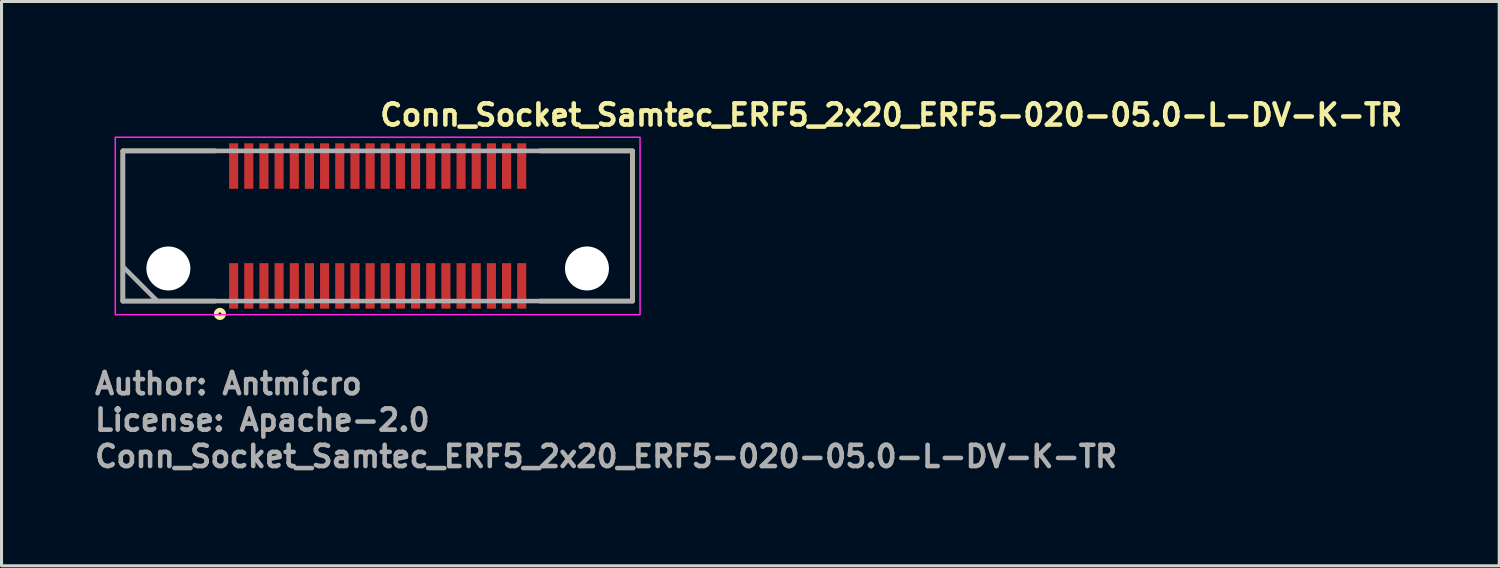
<source format=kicad_pcb>
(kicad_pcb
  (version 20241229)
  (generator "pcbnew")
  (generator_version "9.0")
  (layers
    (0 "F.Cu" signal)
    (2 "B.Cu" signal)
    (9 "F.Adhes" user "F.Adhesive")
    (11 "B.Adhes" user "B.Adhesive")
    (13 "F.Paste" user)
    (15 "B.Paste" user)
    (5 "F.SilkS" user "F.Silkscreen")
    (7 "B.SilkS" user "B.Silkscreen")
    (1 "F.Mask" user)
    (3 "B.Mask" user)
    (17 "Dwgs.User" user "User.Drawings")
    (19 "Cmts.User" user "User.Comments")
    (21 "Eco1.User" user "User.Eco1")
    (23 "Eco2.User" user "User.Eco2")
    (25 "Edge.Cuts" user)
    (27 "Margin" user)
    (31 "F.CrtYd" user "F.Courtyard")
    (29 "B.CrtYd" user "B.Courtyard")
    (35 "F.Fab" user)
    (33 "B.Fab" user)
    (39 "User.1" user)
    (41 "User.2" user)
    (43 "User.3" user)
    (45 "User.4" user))
  (footprint "Conn_Socket_Samtec_ERF5_2x20_ERF5-020-05.0-L-DV-K-TR"
    (layer "F.Cu")
    (at 9.401 4.4)
    (property "Reference" "Conn_Socket_Samtec_ERF5_2x20_ERF5-020-05.0-L-DV-K-TR" (at 0 -3.25 0) (layer "F.SilkS") (effects (font (size 0.7 0.7) (thickness 0.15)) (justify left bottom)))
    (attr smd)
    (fp_line (start -8.4 -2.475) (end -5.349 -2.475) (stroke (width 0.15) (type solid)) (layer "F.SilkS"))
    (fp_line (start -8.4 2.476) (end -8.4 -2.475) (stroke (width 0.15) (type solid)) (layer "F.SilkS"))
    (fp_line (start -5.349 2.476) (end -8.4 2.476) (stroke (width 0.15) (type solid)) (layer "F.SilkS"))
    (fp_line (start 5.351 -2.475) (end 8.401 -2.475) (stroke (width 0.15) (type solid)) (layer "F.SilkS"))
    (fp_line (start 8.401 -2.475) (end 8.401 2.476) (stroke (width 0.15) (type solid)) (layer "F.SilkS"))
    (fp_line (start 8.401 2.476) (end 5.351 2.476) (stroke (width 0.15) (type solid)) (layer "F.SilkS"))
    (fp_circle (center -5.2 2.9) (end -5.25 2.9) (stroke (width 0.15) (type solid)) (fill no) (layer "F.SilkS"))
    (fp_poly (pts (xy -4.623 -1.225) (xy -4.876 -1.225) (xy -4.876 -2.725) (xy -4.623 -2.725)) (stroke (width 0.01) (type solid)) (fill yes) (layer "F.Paste"))
    (fp_poly (pts (xy -4.623 2.726) (xy -4.876 2.726) (xy -4.876 1.226) (xy -4.623 1.226)) (stroke (width 0.01) (type solid)) (fill yes) (layer "F.Paste"))
    (fp_poly (pts (xy -4.123 -1.225) (xy -4.376 -1.225) (xy -4.376 -2.725) (xy -4.123 -2.725)) (stroke (width 0.01) (type solid)) (fill yes) (layer "F.Paste"))
    (fp_poly (pts (xy -4.123 2.726) (xy -4.376 2.726) (xy -4.376 1.226) (xy -4.123 1.226)) (stroke (width 0.01) (type solid)) (fill yes) (layer "F.Paste"))
    (fp_poly (pts (xy -3.623 -1.225) (xy -3.875 -1.225) (xy -3.875 -2.725) (xy -3.623 -2.725)) (stroke (width 0.01) (type solid)) (fill yes) (layer "F.Paste"))
    (fp_poly (pts (xy -3.623 2.726) (xy -3.875 2.726) (xy -3.875 1.226) (xy -3.623 1.226)) (stroke (width 0.01) (type solid)) (fill yes) (layer "F.Paste"))
    (fp_poly (pts (xy -3.123 -1.225) (xy -3.375 -1.225) (xy -3.375 -2.725) (xy -3.123 -2.725)) (stroke (width 0.01) (type solid)) (fill yes) (layer "F.Paste"))
    (fp_poly (pts (xy -3.123 2.726) (xy -3.375 2.726) (xy -3.375 1.226) (xy -3.123 1.226)) (stroke (width 0.01) (type solid)) (fill yes) (layer "F.Paste"))
    (fp_poly (pts (xy -2.623 -1.225) (xy -2.875 -1.225) (xy -2.875 -2.725) (xy -2.623 -2.725)) (stroke (width 0.01) (type solid)) (fill yes) (layer "F.Paste"))
    (fp_poly (pts (xy -2.623 2.726) (xy -2.875 2.726) (xy -2.875 1.226) (xy -2.623 1.226)) (stroke (width 0.01) (type solid)) (fill yes) (layer "F.Paste"))
    (fp_poly (pts (xy -2.123 -1.225) (xy -2.375 -1.225) (xy -2.375 -2.725) (xy -2.123 -2.725)) (stroke (width 0.01) (type solid)) (fill yes) (layer "F.Paste"))
    (fp_poly (pts (xy -2.123 2.726) (xy -2.375 2.726) (xy -2.375 1.226) (xy -2.123 1.226)) (stroke (width 0.01) (type solid)) (fill yes) (layer "F.Paste"))
    (fp_poly (pts (xy -1.622 -1.225) (xy -1.876 -1.225) (xy -1.876 -2.725) (xy -1.622 -2.725)) (stroke (width 0.01) (type solid)) (fill yes) (layer "F.Paste"))
    (fp_poly (pts (xy -1.622 2.726) (xy -1.876 2.726) (xy -1.876 1.226) (xy -1.622 1.226)) (stroke (width 0.01) (type solid)) (fill yes) (layer "F.Paste"))
    (fp_poly (pts (xy -1.122 -1.225) (xy -1.376 -1.225) (xy -1.376 -2.725) (xy -1.122 -2.725)) (stroke (width 0.01) (type solid)) (fill yes) (layer "F.Paste"))
    (fp_poly (pts (xy -1.122 2.726) (xy -1.376 2.726) (xy -1.376 1.226) (xy -1.122 1.226)) (stroke (width 0.01) (type solid)) (fill yes) (layer "F.Paste"))
    (fp_poly (pts (xy -0.621 -1.225) (xy -0.875 -1.225) (xy -0.875 -2.725) (xy -0.621 -2.725)) (stroke (width 0.01) (type solid)) (fill yes) (layer "F.Paste"))
    (fp_poly (pts (xy -0.621 2.726) (xy -0.875 2.726) (xy -0.875 1.226) (xy -0.621 1.226)) (stroke (width 0.01) (type solid)) (fill yes) (layer "F.Paste"))
    (fp_poly (pts (xy -0.121 -1.225) (xy -0.375 -1.225) (xy -0.375 -2.725) (xy -0.121 -2.725)) (stroke (width 0.01) (type solid)) (fill yes) (layer "F.Paste"))
    (fp_poly (pts (xy -0.121 2.726) (xy -0.375 2.726) (xy -0.375 1.226) (xy -0.121 1.226)) (stroke (width 0.01) (type solid)) (fill yes) (layer "F.Paste"))
    (fp_poly (pts (xy 0.377 -1.225) (xy 0.123 -1.225) (xy 0.123 -2.725) (xy 0.377 -2.725)) (stroke (width 0.01) (type solid)) (fill yes) (layer "F.Paste"))
    (fp_poly (pts (xy 0.377 2.726) (xy 0.123 2.726) (xy 0.123 1.226) (xy 0.377 1.226)) (stroke (width 0.01) (type solid)) (fill yes) (layer "F.Paste"))
    (fp_poly (pts (xy 0.877 -1.225) (xy 0.623 -1.225) (xy 0.623 -2.725) (xy 0.877 -2.725)) (stroke (width 0.01) (type solid)) (fill yes) (layer "F.Paste"))
    (fp_poly (pts (xy 0.877 2.726) (xy 0.623 2.726) (xy 0.623 1.226) (xy 0.877 1.226)) (stroke (width 0.01) (type solid)) (fill yes) (layer "F.Paste"))
    (fp_poly (pts (xy 1.377 -1.225) (xy 1.123 -1.225) (xy 1.123 -2.725) (xy 1.377 -2.725)) (stroke (width 0.01) (type solid)) (fill yes) (layer "F.Paste"))
    (fp_poly (pts (xy 1.377 2.726) (xy 1.123 2.726) (xy 1.123 1.226) (xy 1.377 1.226)) (stroke (width 0.01) (type solid)) (fill yes) (layer "F.Paste"))
    (fp_poly (pts (xy 1.877 -1.225) (xy 1.623 -1.225) (xy 1.623 -2.725) (xy 1.877 -2.725)) (stroke (width 0.01) (type solid)) (fill yes) (layer "F.Paste"))
    (fp_poly (pts (xy 1.877 2.726) (xy 1.623 2.726) (xy 1.623 1.226) (xy 1.877 1.226)) (stroke (width 0.01) (type solid)) (fill yes) (layer "F.Paste"))
    (fp_poly (pts (xy 2.378 -1.225) (xy 2.125 -1.225) (xy 2.125 -2.725) (xy 2.378 -2.725)) (stroke (width 0.01) (type solid)) (fill yes) (layer "F.Paste"))
    (fp_poly (pts (xy 2.378 2.726) (xy 2.125 2.726) (xy 2.125 1.226) (xy 2.378 1.226)) (stroke (width 0.01) (type solid)) (fill yes) (layer "F.Paste"))
    (fp_poly (pts (xy 2.878 -1.225) (xy 2.625 -1.225) (xy 2.625 -2.725) (xy 2.878 -2.725)) (stroke (width 0.01) (type solid)) (fill yes) (layer "F.Paste"))
    (fp_poly (pts (xy 2.878 2.726) (xy 2.625 2.726) (xy 2.625 1.226) (xy 2.878 1.226)) (stroke (width 0.01) (type solid)) (fill yes) (layer "F.Paste"))
    (fp_poly (pts (xy 3.378 -1.225) (xy 3.125 -1.225) (xy 3.125 -2.725) (xy 3.378 -2.725)) (stroke (width 0.01) (type solid)) (fill yes) (layer "F.Paste"))
    (fp_poly (pts (xy 3.378 2.726) (xy 3.125 2.726) (xy 3.125 1.226) (xy 3.378 1.226)) (stroke (width 0.01) (type solid)) (fill yes) (layer "F.Paste"))
    (fp_poly (pts (xy 3.878 -1.225) (xy 3.625 -1.225) (xy 3.625 -2.725) (xy 3.878 -2.725)) (stroke (width 0.01) (type solid)) (fill yes) (layer "F.Paste"))
    (fp_poly (pts (xy 3.878 2.726) (xy 3.625 2.726) (xy 3.625 1.226) (xy 3.878 1.226)) (stroke (width 0.01) (type solid)) (fill yes) (layer "F.Paste"))
    (fp_poly (pts (xy 4.377 -1.225) (xy 4.124 -1.225) (xy 4.124 -2.725) (xy 4.377 -2.725)) (stroke (width 0.01) (type solid)) (fill yes) (layer "F.Paste"))
    (fp_poly (pts (xy 4.377 2.726) (xy 4.124 2.726) (xy 4.124 1.226) (xy 4.377 1.226)) (stroke (width 0.01) (type solid)) (fill yes) (layer "F.Paste"))
    (fp_poly (pts (xy 4.877 -1.225) (xy 4.624 -1.225) (xy 4.624 -2.725) (xy 4.877 -2.725)) (stroke (width 0.01) (type solid)) (fill yes) (layer "F.Paste"))
    (fp_poly (pts (xy 4.877 2.726) (xy 4.624 2.726) (xy 4.624 1.226) (xy 4.877 1.226)) (stroke (width 0.01) (type solid)) (fill yes) (layer "F.Paste"))
    (fp_rect (start 8.651 2.926) (end -8.65 -2.925) (stroke (width 0.05) (type solid)) (fill no) (layer "F.CrtYd"))
    (fp_line (start -8.39 1.35) (end -7.27 2.47) (stroke (width 0.15) (type solid)) (layer "F.Fab"))
    (fp_rect (start 8.401 2.476) (end -8.4 -2.475) (stroke (width 0.15) (type solid)) (fill no) (layer "F.Fab"))
    (fp_rect (start 8.401 2.476) (end -8.4 -2.475) (stroke (width 0.1) (type solid)) (fill no) (layer "User.5"))
    (fp_line (start -8.4 -2.374) (end -8.4 -2.475) (stroke (width 0.02) (type solid)) (layer "User.9"))
    (fp_line (start -8.4 -2.374) (end -8.4 1.226) (stroke (width 0.02) (type solid)) (layer "User.9"))
    (fp_line (start -8.4 1.226) (end -7.249 2.375) (stroke (width 0.02) (type solid)) (layer "User.9"))
    (fp_line (start -7.559 -0.905) (end -7.559 0.907) (stroke (width 0.02) (type solid)) (layer "User.9"))
    (fp_line (start -7.559 0.907) (end -7.059 1.405) (stroke (width 0.02) (type solid)) (layer "User.9"))
    (fp_line (start -7.249 2.375) (end -7.15 2.476) (stroke (width 0.02) (type solid)) (layer "User.9"))
    (fp_line (start -7.249 2.375) (end -5.259 2.375) (stroke (width 0.02) (type solid)) (layer "User.9"))
    (fp_line (start -7.15 2.476) (end 8.401 2.476) (stroke (width 0.02) (type solid)) (layer "User.9"))
    (fp_line (start -7.059 -1.404) (end -7.559 -0.905) (stroke (width 0.02) (type solid)) (layer "User.9"))
    (fp_line (start -7.059 1.405) (end -4.825 1.405) (stroke (width 0.02) (type solid)) (layer "User.9"))
    (fp_line (start -5.259 2.255) (end -5.259 2.375) (stroke (width 0.02) (type solid)) (layer "User.9"))
    (fp_line (start -5.209 1.405) (end -5.209 -1.404) (stroke (width 0.02) (type solid)) (layer "User.9"))
    (fp_line (start -4.825 -2.167) (end -4.825 -1.404) (stroke (width 0.02) (type solid)) (layer "User.9"))
    (fp_line (start -4.825 -1.404) (end -7.059 -1.404) (stroke (width 0.02) (type solid)) (layer "User.9"))
    (fp_line (start -4.825 -1.404) (end -4.825 -0.944) (stroke (width 0.02) (type solid)) (layer "User.9"))
    (fp_line (start -4.825 0.946) (end -4.825 1.405) (stroke (width 0.02) (type solid)) (layer "User.9"))
    (fp_line (start -4.825 1.405) (end -4.825 2.169) (stroke (width 0.02) (type solid)) (layer "User.9"))
    (fp_line (start -4.748 2.255) (end -4.748 2.375) (stroke (width 0.02) (type solid)) (layer "User.9"))
    (fp_line (start -4.748 2.375) (end -5.259 2.375) (stroke (width 0.02) (type solid)) (layer "User.9"))
    (fp_line (start -4.674 -2.167) (end -4.825 -2.167) (stroke (width 0.02) (type solid)) (layer "User.9"))
    (fp_line (start -4.674 -2.167) (end -4.674 -1.404) (stroke (width 0.02) (type solid)) (layer "User.9"))
    (fp_line (start -4.674 -1.904) (end -4.825 -1.904) (stroke (width 0.02) (type solid)) (layer "User.9"))
    (fp_line (start -4.674 -1.691) (end -4.825 -1.691) (stroke (width 0.02) (type solid)) (layer "User.9"))
    (fp_line (start -4.674 -1.604) (end -4.825 -1.604) (stroke (width 0.02) (type solid)) (layer "User.9"))
    (fp_line (start -4.674 -0.944) (end -4.825 -0.944) (stroke (width 0.02) (type solid)) (layer "User.9"))
    (fp_line (start -4.674 -0.944) (end -4.674 -1.404) (stroke (width 0.02) (type solid)) (layer "User.9"))
    (fp_line (start -4.674 0.946) (end -4.825 0.946) (stroke (width 0.02) (type solid)) (layer "User.9"))
    (fp_line (start -4.674 0.946) (end -4.674 1.405) (stroke (width 0.02) (type solid)) (layer "User.9"))
    (fp_line (start -4.674 1.405) (end -4.674 2.169) (stroke (width 0.02) (type solid)) (layer "User.9"))
    (fp_line (start -4.674 1.405) (end -4.325 1.405) (stroke (width 0.02) (type solid)) (layer "User.9"))
    (fp_line (start -4.674 1.605) (end -4.825 1.605) (stroke (width 0.02) (type solid)) (layer "User.9"))
    (fp_line (start -4.674 1.692) (end -4.825 1.692) (stroke (width 0.02) (type solid)) (layer "User.9"))
    (fp_line (start -4.674 1.905) (end -4.825 1.905) (stroke (width 0.02) (type solid)) (layer "User.9"))
    (fp_line (start -4.674 2.169) (end -4.825 2.169) (stroke (width 0.02) (type solid)) (layer "User.9"))
    (fp_line (start -4.325 -2.167) (end -4.325 -1.404) (stroke (width 0.02) (type solid)) (layer "User.9"))
    (fp_line (start -4.325 -1.404) (end -4.674 -1.404) (stroke (width 0.02) (type solid)) (layer "User.9"))
    (fp_line (start -4.325 -1.404) (end -4.325 -0.944) (stroke (width 0.02) (type solid)) (layer "User.9"))
    (fp_line (start -4.325 1.405) (end -4.325 0.946) (stroke (width 0.02) (type solid)) (layer "User.9"))
    (fp_line (start -4.325 1.405) (end -4.325 2.169) (stroke (width 0.02) (type solid)) (layer "User.9"))
    (fp_line (start -4.238 2.255) (end -5.259 2.255) (stroke (width 0.02) (type solid)) (layer "User.9"))
    (fp_line (start -4.238 2.255) (end -4.238 2.375) (stroke (width 0.02) (type solid)) (layer "User.9"))
    (fp_line (start -4.238 2.375) (end -4.748 2.375) (stroke (width 0.02) (type solid)) (layer "User.9"))
    (fp_line (start -4.238 2.375) (end 8.401 2.375) (stroke (width 0.02) (type solid)) (layer "User.9"))
    (fp_line (start -4.174 -2.167) (end -4.325 -2.167) (stroke (width 0.02) (type solid)) (layer "User.9"))
    (fp_line (start -4.174 -2.167) (end -4.174 -1.404) (stroke (width 0.02) (type solid)) (layer "User.9"))
    (fp_line (start -4.174 -1.904) (end -4.325 -1.904) (stroke (width 0.02) (type solid)) (layer "User.9"))
    (fp_line (start -4.174 -1.691) (end -4.325 -1.691) (stroke (width 0.02) (type solid)) (layer "User.9"))
    (fp_line (start -4.174 -1.604) (end -4.325 -1.604) (stroke (width 0.02) (type solid)) (layer "User.9"))
    (fp_line (start -4.174 -0.944) (end -4.325 -0.944) (stroke (width 0.02) (type solid)) (layer "User.9"))
    (fp_line (start -4.174 -0.944) (end -4.174 -1.404) (stroke (width 0.02) (type solid)) (layer "User.9"))
    (fp_line (start -4.174 0.946) (end -4.325 0.946) (stroke (width 0.02) (type solid)) (layer "User.9"))
    (fp_line (start -4.174 0.946) (end -4.174 1.405) (stroke (width 0.02) (type solid)) (layer "User.9"))
    (fp_line (start -4.174 1.405) (end -4.174 2.169) (stroke (width 0.02) (type solid)) (layer "User.9"))
    (fp_line (start -4.174 1.405) (end -3.825 1.405) (stroke (width 0.02) (type solid)) (layer "User.9"))
    (fp_line (start -4.174 1.605) (end -4.325 1.605) (stroke (width 0.02) (type solid)) (layer "User.9"))
    (fp_line (start -4.174 1.692) (end -4.325 1.692) (stroke (width 0.02) (type solid)) (layer "User.9"))
    (fp_line (start -4.174 1.905) (end -4.325 1.905) (stroke (width 0.02) (type solid)) (layer "User.9"))
    (fp_line (start -4.174 2.169) (end -4.325 2.169) (stroke (width 0.02) (type solid)) (layer "User.9"))
    (fp_line (start -3.825 -2.167) (end -3.825 -1.404) (stroke (width 0.02) (type solid)) (layer "User.9"))
    (fp_line (start -3.825 -1.404) (end -4.174 -1.404) (stroke (width 0.02) (type solid)) (layer "User.9"))
    (fp_line (start -3.825 -1.404) (end -3.825 -0.944) (stroke (width 0.02) (type solid)) (layer "User.9"))
    (fp_line (start -3.825 1.405) (end -3.825 0.946) (stroke (width 0.02) (type solid)) (layer "User.9"))
    (fp_line (start -3.825 1.405) (end -3.825 2.169) (stroke (width 0.02) (type solid)) (layer "User.9"))
    (fp_line (start -3.673 -2.167) (end -3.825 -2.167) (stroke (width 0.02) (type solid)) (layer "User.9"))
    (fp_line (start -3.673 -2.167) (end -3.673 -1.404) (stroke (width 0.02) (type solid)) (layer "User.9"))
    (fp_line (start -3.673 -1.904) (end -3.825 -1.904) (stroke (width 0.02) (type solid)) (layer "User.9"))
    (fp_line (start -3.673 -1.691) (end -3.825 -1.691) (stroke (width 0.02) (type solid)) (layer "User.9"))
    (fp_line (start -3.673 -1.604) (end -3.825 -1.604) (stroke (width 0.02) (type solid)) (layer "User.9"))
    (fp_line (start -3.673 -0.944) (end -3.825 -0.944) (stroke (width 0.02) (type solid)) (layer "User.9"))
    (fp_line (start -3.673 -0.944) (end -3.673 -1.404) (stroke (width 0.02) (type solid)) (layer "User.9"))
    (fp_line (start -3.673 0.946) (end -3.825 0.946) (stroke (width 0.02) (type solid)) (layer "User.9"))
    (fp_line (start -3.673 0.946) (end -3.673 1.405) (stroke (width 0.02) (type solid)) (layer "User.9"))
    (fp_line (start -3.673 1.405) (end -3.673 2.169) (stroke (width 0.02) (type solid)) (layer "User.9"))
    (fp_line (start -3.673 1.405) (end -3.325 1.405) (stroke (width 0.02) (type solid)) (layer "User.9"))
    (fp_line (start -3.673 1.605) (end -3.825 1.605) (stroke (width 0.02) (type solid)) (layer "User.9"))
    (fp_line (start -3.673 1.692) (end -3.825 1.692) (stroke (width 0.02) (type solid)) (layer "User.9"))
    (fp_line (start -3.673 1.905) (end -3.825 1.905) (stroke (width 0.02) (type solid)) (layer "User.9"))
    (fp_line (start -3.673 2.169) (end -3.825 2.169) (stroke (width 0.02) (type solid)) (layer "User.9"))
    (fp_line (start -3.325 -2.167) (end -3.325 -1.404) (stroke (width 0.02) (type solid)) (layer "User.9"))
    (fp_line (start -3.325 -1.404) (end -3.673 -1.404) (stroke (width 0.02) (type solid)) (layer "User.9"))
    (fp_line (start -3.325 -1.404) (end -3.325 -0.944) (stroke (width 0.02) (type solid)) (layer "User.9"))
    (fp_line (start -3.325 1.405) (end -3.325 0.946) (stroke (width 0.02) (type solid)) (layer "User.9"))
    (fp_line (start -3.325 1.405) (end -3.325 2.169) (stroke (width 0.02) (type solid)) (layer "User.9"))
    (fp_line (start -3.173 -2.167) (end -3.325 -2.167) (stroke (width 0.02) (type solid)) (layer "User.9"))
    (fp_line (start -3.173 -2.167) (end -3.173 -1.404) (stroke (width 0.02) (type solid)) (layer "User.9"))
    (fp_line (start -3.173 -1.904) (end -3.325 -1.904) (stroke (width 0.02) (type solid)) (layer "User.9"))
    (fp_line (start -3.173 -1.691) (end -3.325 -1.691) (stroke (width 0.02) (type solid)) (layer "User.9"))
    (fp_line (start -3.173 -1.604) (end -3.325 -1.604) (stroke (width 0.02) (type solid)) (layer "User.9"))
    (fp_line (start -3.173 -0.944) (end -3.325 -0.944) (stroke (width 0.02) (type solid)) (layer "User.9"))
    (fp_line (start -3.173 -0.944) (end -3.173 -1.404) (stroke (width 0.02) (type solid)) (layer "User.9"))
    (fp_line (start -3.173 0.946) (end -3.325 0.946) (stroke (width 0.02) (type solid)) (layer "User.9"))
    (fp_line (start -3.173 0.946) (end -3.173 1.405) (stroke (width 0.02) (type solid)) (layer "User.9"))
    (fp_line (start -3.173 1.405) (end -3.173 2.169) (stroke (width 0.02) (type solid)) (layer "User.9"))
    (fp_line (start -3.173 1.405) (end -2.825 1.405) (stroke (width 0.02) (type solid)) (layer "User.9"))
    (fp_line (start -3.173 1.605) (end -3.325 1.605) (stroke (width 0.02) (type solid)) (layer "User.9"))
    (fp_line (start -3.173 1.692) (end -3.325 1.692) (stroke (width 0.02) (type solid)) (layer "User.9"))
    (fp_line (start -3.173 1.905) (end -3.325 1.905) (stroke (width 0.02) (type solid)) (layer "User.9"))
    (fp_line (start -3.173 2.169) (end -3.325 2.169) (stroke (width 0.02) (type solid)) (layer "User.9"))
    (fp_line (start -2.825 -2.167) (end -2.825 -1.404) (stroke (width 0.02) (type solid)) (layer "User.9"))
    (fp_line (start -2.825 -1.404) (end -3.173 -1.404) (stroke (width 0.02) (type solid)) (layer "User.9"))
    (fp_line (start -2.825 -1.404) (end -2.825 -0.944) (stroke (width 0.02) (type solid)) (layer "User.9"))
    (fp_line (start -2.825 1.405) (end -2.825 0.946) (stroke (width 0.02) (type solid)) (layer "User.9"))
    (fp_line (start -2.825 1.405) (end -2.825 2.169) (stroke (width 0.02) (type solid)) (layer "User.9"))
    (fp_line (start -2.673 -2.167) (end -2.825 -2.167) (stroke (width 0.02) (type solid)) (layer "User.9"))
    (fp_line (start -2.673 -2.167) (end -2.673 -1.404) (stroke (width 0.02) (type solid)) (layer "User.9"))
    (fp_line (start -2.673 -1.904) (end -2.825 -1.904) (stroke (width 0.02) (type solid)) (layer "User.9"))
    (fp_line (start -2.673 -1.691) (end -2.825 -1.691) (stroke (width 0.02) (type solid)) (layer "User.9"))
    (fp_line (start -2.673 -1.604) (end -2.825 -1.604) (stroke (width 0.02) (type solid)) (layer "User.9"))
    (fp_line (start -2.673 -0.944) (end -2.825 -0.944) (stroke (width 0.02) (type solid)) (layer "User.9"))
    (fp_line (start -2.673 -0.944) (end -2.673 -1.404) (stroke (width 0.02) (type solid)) (layer "User.9"))
    (fp_line (start -2.673 0.946) (end -2.825 0.946) (stroke (width 0.02) (type solid)) (layer "User.9"))
    (fp_line (start -2.673 0.946) (end -2.673 1.405) (stroke (width 0.02) (type solid)) (layer "User.9"))
    (fp_line (start -2.673 1.405) (end -2.673 2.169) (stroke (width 0.02) (type solid)) (layer "User.9"))
    (fp_line (start -2.673 1.405) (end -2.325 1.405) (stroke (width 0.02) (type solid)) (layer "User.9"))
    (fp_line (start -2.673 1.605) (end -2.825 1.605) (stroke (width 0.02) (type solid)) (layer "User.9"))
    (fp_line (start -2.673 1.692) (end -2.825 1.692) (stroke (width 0.02) (type solid)) (layer "User.9"))
    (fp_line (start -2.673 1.905) (end -2.825 1.905) (stroke (width 0.02) (type solid)) (layer "User.9"))
    (fp_line (start -2.673 2.169) (end -2.825 2.169) (stroke (width 0.02) (type solid)) (layer "User.9"))
    (fp_line (start -2.325 -2.167) (end -2.325 -1.404) (stroke (width 0.02) (type solid)) (layer "User.9"))
    (fp_line (start -2.325 -1.404) (end -2.673 -1.404) (stroke (width 0.02) (type solid)) (layer "User.9"))
    (fp_line (start -2.325 -1.404) (end -2.325 -0.944) (stroke (width 0.02) (type solid)) (layer "User.9"))
    (fp_line (start -2.325 1.405) (end -2.325 0.946) (stroke (width 0.02) (type solid)) (layer "User.9"))
    (fp_line (start -2.325 1.405) (end -2.325 2.169) (stroke (width 0.02) (type solid)) (layer "User.9"))
    (fp_line (start -2.173 -2.167) (end -2.325 -2.167) (stroke (width 0.02) (type solid)) (layer "User.9"))
    (fp_line (start -2.173 -2.167) (end -2.173 -1.404) (stroke (width 0.02) (type solid)) (layer "User.9"))
    (fp_line (start -2.173 -1.904) (end -2.325 -1.904) (stroke (width 0.02) (type solid)) (layer "User.9"))
    (fp_line (start -2.173 -1.691) (end -2.325 -1.691) (stroke (width 0.02) (type solid)) (layer "User.9"))
    (fp_line (start -2.173 -1.604) (end -2.325 -1.604) (stroke (width 0.02) (type solid)) (layer "User.9"))
    (fp_line (start -2.173 -0.944) (end -2.325 -0.944) (stroke (width 0.02) (type solid)) (layer "User.9"))
    (fp_line (start -2.173 -0.944) (end -2.173 -1.404) (stroke (width 0.02) (type solid)) (layer "User.9"))
    (fp_line (start -2.173 0.946) (end -2.325 0.946) (stroke (width 0.02) (type solid)) (layer "User.9"))
    (fp_line (start -2.173 0.946) (end -2.173 1.405) (stroke (width 0.02) (type solid)) (layer "User.9"))
    (fp_line (start -2.173 1.405) (end -2.173 2.169) (stroke (width 0.02) (type solid)) (layer "User.9"))
    (fp_line (start -2.173 1.405) (end -1.824 1.405) (stroke (width 0.02) (type solid)) (layer "User.9"))
    (fp_line (start -2.173 1.605) (end -2.325 1.605) (stroke (width 0.02) (type solid)) (layer "User.9"))
    (fp_line (start -2.173 1.692) (end -2.325 1.692) (stroke (width 0.02) (type solid)) (layer "User.9"))
    (fp_line (start -2.173 1.905) (end -2.325 1.905) (stroke (width 0.02) (type solid)) (layer "User.9"))
    (fp_line (start -2.173 2.169) (end -2.325 2.169) (stroke (width 0.02) (type solid)) (layer "User.9"))
    (fp_line (start -1.824 -2.167) (end -1.824 -1.404) (stroke (width 0.02) (type solid)) (layer "User.9"))
    (fp_line (start -1.824 -1.404) (end -2.173 -1.404) (stroke (width 0.02) (type solid)) (layer "User.9"))
    (fp_line (start -1.824 -1.404) (end -1.824 -0.944) (stroke (width 0.02) (type solid)) (layer "User.9"))
    (fp_line (start -1.824 1.405) (end -1.824 0.946) (stroke (width 0.02) (type solid)) (layer "User.9"))
    (fp_line (start -1.824 1.405) (end -1.824 2.169) (stroke (width 0.02) (type solid)) (layer "User.9"))
    (fp_line (start -1.675 -2.167) (end -1.824 -2.167) (stroke (width 0.02) (type solid)) (layer "User.9"))
    (fp_line (start -1.675 -2.167) (end -1.675 -1.404) (stroke (width 0.02) (type solid)) (layer "User.9"))
    (fp_line (start -1.675 -1.904) (end -1.824 -1.904) (stroke (width 0.02) (type solid)) (layer "User.9"))
    (fp_line (start -1.675 -1.691) (end -1.824 -1.691) (stroke (width 0.02) (type solid)) (layer "User.9"))
    (fp_line (start -1.675 -1.604) (end -1.824 -1.604) (stroke (width 0.02) (type solid)) (layer "User.9"))
    (fp_line (start -1.675 -0.944) (end -1.824 -0.944) (stroke (width 0.02) (type solid)) (layer "User.9"))
    (fp_line (start -1.675 -0.944) (end -1.675 -1.404) (stroke (width 0.02) (type solid)) (layer "User.9"))
    (fp_line (start -1.675 0.946) (end -1.824 0.946) (stroke (width 0.02) (type solid)) (layer "User.9"))
    (fp_line (start -1.675 0.946) (end -1.675 1.405) (stroke (width 0.02) (type solid)) (layer "User.9"))
    (fp_line (start -1.675 1.405) (end -1.675 2.169) (stroke (width 0.02) (type solid)) (layer "User.9"))
    (fp_line (start -1.675 1.405) (end -1.324 1.405) (stroke (width 0.02) (type solid)) (layer "User.9"))
    (fp_line (start -1.675 1.605) (end -1.824 1.605) (stroke (width 0.02) (type solid)) (layer "User.9"))
    (fp_line (start -1.675 1.692) (end -1.824 1.692) (stroke (width 0.02) (type solid)) (layer "User.9"))
    (fp_line (start -1.675 1.905) (end -1.824 1.905) (stroke (width 0.02) (type solid)) (layer "User.9"))
    (fp_line (start -1.675 2.169) (end -1.824 2.169) (stroke (width 0.02) (type solid)) (layer "User.9"))
    (fp_line (start -1.324 -2.167) (end -1.324 -1.404) (stroke (width 0.02) (type solid)) (layer "User.9"))
    (fp_line (start -1.324 -1.404) (end -1.675 -1.404) (stroke (width 0.02) (type solid)) (layer "User.9"))
    (fp_line (start -1.324 -1.404) (end -1.324 -0.944) (stroke (width 0.02) (type solid)) (layer "User.9"))
    (fp_line (start -1.324 1.405) (end -1.324 0.946) (stroke (width 0.02) (type solid)) (layer "User.9"))
    (fp_line (start -1.324 1.405) (end -1.324 2.169) (stroke (width 0.02) (type solid)) (layer "User.9"))
    (fp_line (start -1.175 -2.167) (end -1.324 -2.167) (stroke (width 0.02) (type solid)) (layer "User.9"))
    (fp_line (start -1.175 -2.167) (end -1.175 -1.404) (stroke (width 0.02) (type solid)) (layer "User.9"))
    (fp_line (start -1.175 -1.904) (end -1.324 -1.904) (stroke (width 0.02) (type solid)) (layer "User.9"))
    (fp_line (start -1.175 -1.691) (end -1.324 -1.691) (stroke (width 0.02) (type solid)) (layer "User.9"))
    (fp_line (start -1.175 -1.604) (end -1.324 -1.604) (stroke (width 0.02) (type solid)) (layer "User.9"))
    (fp_line (start -1.175 -0.944) (end -1.324 -0.944) (stroke (width 0.02) (type solid)) (layer "User.9"))
    (fp_line (start -1.175 -0.944) (end -1.175 -1.404) (stroke (width 0.02) (type solid)) (layer "User.9"))
    (fp_line (start -1.175 0.946) (end -1.324 0.946) (stroke (width 0.02) (type solid)) (layer "User.9"))
    (fp_line (start -1.175 0.946) (end -1.175 1.405) (stroke (width 0.02) (type solid)) (layer "User.9"))
    (fp_line (start -1.175 1.405) (end -1.175 2.169) (stroke (width 0.02) (type solid)) (layer "User.9"))
    (fp_line (start -1.175 1.405) (end -0.824 1.405) (stroke (width 0.02) (type solid)) (layer "User.9"))
    (fp_line (start -1.175 1.605) (end -1.324 1.605) (stroke (width 0.02) (type solid)) (layer "User.9"))
    (fp_line (start -1.175 1.692) (end -1.324 1.692) (stroke (width 0.02) (type solid)) (layer "User.9"))
    (fp_line (start -1.175 1.905) (end -1.324 1.905) (stroke (width 0.02) (type solid)) (layer "User.9"))
    (fp_line (start -1.175 2.169) (end -1.324 2.169) (stroke (width 0.02) (type solid)) (layer "User.9"))
    (fp_line (start -0.824 -2.167) (end -0.824 -1.404) (stroke (width 0.02) (type solid)) (layer "User.9"))
    (fp_line (start -0.824 -1.404) (end -1.175 -1.404) (stroke (width 0.02) (type solid)) (layer "User.9"))
    (fp_line (start -0.824 -1.404) (end -0.824 -0.944) (stroke (width 0.02) (type solid)) (layer "User.9"))
    (fp_line (start -0.824 1.405) (end -0.824 0.946) (stroke (width 0.02) (type solid)) (layer "User.9"))
    (fp_line (start -0.824 1.405) (end -0.824 2.169) (stroke (width 0.02) (type solid)) (layer "User.9"))
    (fp_line (start -0.675 -2.167) (end -0.824 -2.167) (stroke (width 0.02) (type solid)) (layer "User.9"))
    (fp_line (start -0.675 -2.167) (end -0.675 -1.404) (stroke (width 0.02) (type solid)) (layer "User.9"))
    (fp_line (start -0.675 -1.904) (end -0.824 -1.904) (stroke (width 0.02) (type solid)) (layer "User.9"))
    (fp_line (start -0.675 -1.691) (end -0.824 -1.691) (stroke (width 0.02) (type solid)) (layer "User.9"))
    (fp_line (start -0.675 -1.604) (end -0.824 -1.604) (stroke (width 0.02) (type solid)) (layer "User.9"))
    (fp_line (start -0.675 -0.944) (end -0.824 -0.944) (stroke (width 0.02) (type solid)) (layer "User.9"))
    (fp_line (start -0.675 -0.944) (end -0.675 -1.404) (stroke (width 0.02) (type solid)) (layer "User.9"))
    (fp_line (start -0.675 0.946) (end -0.824 0.946) (stroke (width 0.02) (type solid)) (layer "User.9"))
    (fp_line (start -0.675 0.946) (end -0.675 1.405) (stroke (width 0.02) (type solid)) (layer "User.9"))
    (fp_line (start -0.675 1.405) (end -0.675 2.169) (stroke (width 0.02) (type solid)) (layer "User.9"))
    (fp_line (start -0.675 1.405) (end -0.325 1.405) (stroke (width 0.02) (type solid)) (layer "User.9"))
    (fp_line (start -0.675 1.605) (end -0.824 1.605) (stroke (width 0.02) (type solid)) (layer "User.9"))
    (fp_line (start -0.675 1.692) (end -0.824 1.692) (stroke (width 0.02) (type solid)) (layer "User.9"))
    (fp_line (start -0.675 1.905) (end -0.824 1.905) (stroke (width 0.02) (type solid)) (layer "User.9"))
    (fp_line (start -0.675 2.169) (end -0.824 2.169) (stroke (width 0.02) (type solid)) (layer "User.9"))
    (fp_line (start -0.325 -2.167) (end -0.325 -1.404) (stroke (width 0.02) (type solid)) (layer "User.9"))
    (fp_line (start -0.325 -1.404) (end -0.675 -1.404) (stroke (width 0.02) (type solid)) (layer "User.9"))
    (fp_line (start -0.325 -1.404) (end -0.325 -0.944) (stroke (width 0.02) (type solid)) (layer "User.9"))
    (fp_line (start -0.325 1.405) (end -0.325 0.946) (stroke (width 0.02) (type solid)) (layer "User.9"))
    (fp_line (start -0.325 1.405) (end -0.325 2.169) (stroke (width 0.02) (type solid)) (layer "User.9"))
    (fp_line (start -0.174 -2.167) (end -0.325 -2.167) (stroke (width 0.02) (type solid)) (layer "User.9"))
    (fp_line (start -0.174 -2.167) (end -0.174 -1.404) (stroke (width 0.02) (type solid)) (layer "User.9"))
    (fp_line (start -0.174 -1.904) (end -0.325 -1.904) (stroke (width 0.02) (type solid)) (layer "User.9"))
    (fp_line (start -0.174 -1.691) (end -0.325 -1.691) (stroke (width 0.02) (type solid)) (layer "User.9"))
    (fp_line (start -0.174 -1.604) (end -0.325 -1.604) (stroke (width 0.02) (type solid)) (layer "User.9"))
    (fp_line (start -0.174 -0.944) (end -0.325 -0.944) (stroke (width 0.02) (type solid)) (layer "User.9"))
    (fp_line (start -0.174 -0.944) (end -0.174 -1.404) (stroke (width 0.02) (type solid)) (layer "User.9"))
    (fp_line (start -0.174 0.946) (end -0.325 0.946) (stroke (width 0.02) (type solid)) (layer "User.9"))
    (fp_line (start -0.174 0.946) (end -0.174 1.405) (stroke (width 0.02) (type solid)) (layer "User.9"))
    (fp_line (start -0.174 1.405) (end -0.174 2.169) (stroke (width 0.02) (type solid)) (layer "User.9"))
    (fp_line (start -0.174 1.405) (end 0.176 1.405) (stroke (width 0.02) (type solid)) (layer "User.9"))
    (fp_line (start -0.174 1.605) (end -0.325 1.605) (stroke (width 0.02) (type solid)) (layer "User.9"))
    (fp_line (start -0.174 1.692) (end -0.325 1.692) (stroke (width 0.02) (type solid)) (layer "User.9"))
    (fp_line (start -0.174 1.905) (end -0.325 1.905) (stroke (width 0.02) (type solid)) (layer "User.9"))
    (fp_line (start -0.174 2.169) (end -0.325 2.169) (stroke (width 0.02) (type solid)) (layer "User.9"))
    (fp_line (start 0.176 -2.167) (end 0.176 -1.404) (stroke (width 0.02) (type solid)) (layer "User.9"))
    (fp_line (start 0.176 -1.404) (end -0.174 -1.404) (stroke (width 0.02) (type solid)) (layer "User.9"))
    (fp_line (start 0.176 -1.404) (end 0.176 -0.944) (stroke (width 0.02) (type solid)) (layer "User.9"))
    (fp_line (start 0.176 1.405) (end 0.176 0.946) (stroke (width 0.02) (type solid)) (layer "User.9"))
    (fp_line (start 0.176 1.405) (end 0.176 2.169) (stroke (width 0.02) (type solid)) (layer "User.9"))
    (fp_line (start 0.327 -2.167) (end 0.176 -2.167) (stroke (width 0.02) (type solid)) (layer "User.9"))
    (fp_line (start 0.327 -2.167) (end 0.327 -1.404) (stroke (width 0.02) (type solid)) (layer "User.9"))
    (fp_line (start 0.327 -1.904) (end 0.176 -1.904) (stroke (width 0.02) (type solid)) (layer "User.9"))
    (fp_line (start 0.327 -1.691) (end 0.176 -1.691) (stroke (width 0.02) (type solid)) (layer "User.9"))
    (fp_line (start 0.327 -1.604) (end 0.176 -1.604) (stroke (width 0.02) (type solid)) (layer "User.9"))
    (fp_line (start 0.327 -0.944) (end 0.176 -0.944) (stroke (width 0.02) (type solid)) (layer "User.9"))
    (fp_line (start 0.327 -0.944) (end 0.327 -1.404) (stroke (width 0.02) (type solid)) (layer "User.9"))
    (fp_line (start 0.327 0.946) (end 0.176 0.946) (stroke (width 0.02) (type solid)) (layer "User.9"))
    (fp_line (start 0.327 0.946) (end 0.327 1.405) (stroke (width 0.02) (type solid)) (layer "User.9"))
    (fp_line (start 0.327 1.405) (end 0.327 2.169) (stroke (width 0.02) (type solid)) (layer "User.9"))
    (fp_line (start 0.327 1.405) (end 0.677 1.405) (stroke (width 0.02) (type solid)) (layer "User.9"))
    (fp_line (start 0.327 1.605) (end 0.176 1.605) (stroke (width 0.02) (type solid)) (layer "User.9"))
    (fp_line (start 0.327 1.692) (end 0.176 1.692) (stroke (width 0.02) (type solid)) (layer "User.9"))
    (fp_line (start 0.327 1.905) (end 0.176 1.905) (stroke (width 0.02) (type solid)) (layer "User.9"))
    (fp_line (start 0.327 2.169) (end 0.176 2.169) (stroke (width 0.02) (type solid)) (layer "User.9"))
    (fp_line (start 0.677 -2.167) (end 0.677 -1.404) (stroke (width 0.02) (type solid)) (layer "User.9"))
    (fp_line (start 0.677 -1.404) (end 0.327 -1.404) (stroke (width 0.02) (type solid)) (layer "User.9"))
    (fp_line (start 0.677 -1.404) (end 0.677 -0.944) (stroke (width 0.02) (type solid)) (layer "User.9"))
    (fp_line (start 0.677 1.405) (end 0.677 0.946) (stroke (width 0.02) (type solid)) (layer "User.9"))
    (fp_line (start 0.677 1.405) (end 0.677 2.169) (stroke (width 0.02) (type solid)) (layer "User.9"))
    (fp_line (start 0.826 -2.167) (end 0.677 -2.167) (stroke (width 0.02) (type solid)) (layer "User.9"))
    (fp_line (start 0.826 -2.167) (end 0.826 -1.404) (stroke (width 0.02) (type solid)) (layer "User.9"))
    (fp_line (start 0.826 -1.904) (end 0.677 -1.904) (stroke (width 0.02) (type solid)) (layer "User.9"))
    (fp_line (start 0.826 -1.691) (end 0.677 -1.691) (stroke (width 0.02) (type solid)) (layer "User.9"))
    (fp_line (start 0.826 -1.604) (end 0.677 -1.604) (stroke (width 0.02) (type solid)) (layer "User.9"))
    (fp_line (start 0.826 -0.944) (end 0.677 -0.944) (stroke (width 0.02) (type solid)) (layer "User.9"))
    (fp_line (start 0.826 -0.944) (end 0.826 -1.404) (stroke (width 0.02) (type solid)) (layer "User.9"))
    (fp_line (start 0.826 0.946) (end 0.677 0.946) (stroke (width 0.02) (type solid)) (layer "User.9"))
    (fp_line (start 0.826 0.946) (end 0.826 1.405) (stroke (width 0.02) (type solid)) (layer "User.9"))
    (fp_line (start 0.826 1.405) (end 0.826 2.169) (stroke (width 0.02) (type solid)) (layer "User.9"))
    (fp_line (start 0.826 1.405) (end 1.176 1.405) (stroke (width 0.02) (type solid)) (layer "User.9"))
    (fp_line (start 0.826 1.605) (end 0.677 1.605) (stroke (width 0.02) (type solid)) (layer "User.9"))
    (fp_line (start 0.826 1.692) (end 0.677 1.692) (stroke (width 0.02) (type solid)) (layer "User.9"))
    (fp_line (start 0.826 1.905) (end 0.677 1.905) (stroke (width 0.02) (type solid)) (layer "User.9"))
    (fp_line (start 0.826 2.169) (end 0.677 2.169) (stroke (width 0.02) (type solid)) (layer "User.9"))
    (fp_line (start 1.176 -2.167) (end 1.176 -1.404) (stroke (width 0.02) (type solid)) (layer "User.9"))
    (fp_line (start 1.176 -1.404) (end 0.826 -1.404) (stroke (width 0.02) (type solid)) (layer "User.9"))
    (fp_line (start 1.176 -1.404) (end 1.176 -0.944) (stroke (width 0.02) (type solid)) (layer "User.9"))
    (fp_line (start 1.176 1.405) (end 1.176 0.946) (stroke (width 0.02) (type solid)) (layer "User.9"))
    (fp_line (start 1.176 1.405) (end 1.176 2.169) (stroke (width 0.02) (type solid)) (layer "User.9"))
    (fp_line (start 1.325 -2.167) (end 1.176 -2.167) (stroke (width 0.02) (type solid)) (layer "User.9"))
    (fp_line (start 1.325 -2.167) (end 1.325 -1.404) (stroke (width 0.02) (type solid)) (layer "User.9"))
    (fp_line (start 1.325 -1.904) (end 1.176 -1.904) (stroke (width 0.02) (type solid)) (layer "User.9"))
    (fp_line (start 1.325 -1.691) (end 1.176 -1.691) (stroke (width 0.02) (type solid)) (layer "User.9"))
    (fp_line (start 1.325 -1.604) (end 1.176 -1.604) (stroke (width 0.02) (type solid)) (layer "User.9"))
    (fp_line (start 1.325 -0.944) (end 1.176 -0.944) (stroke (width 0.02) (type solid)) (layer "User.9"))
    (fp_line (start 1.325 -0.944) (end 1.325 -1.404) (stroke (width 0.02) (type solid)) (layer "User.9"))
    (fp_line (start 1.325 0.946) (end 1.176 0.946) (stroke (width 0.02) (type solid)) (layer "User.9"))
    (fp_line (start 1.325 0.946) (end 1.325 1.405) (stroke (width 0.02) (type solid)) (layer "User.9"))
    (fp_line (start 1.325 1.405) (end 1.325 2.169) (stroke (width 0.02) (type solid)) (layer "User.9"))
    (fp_line (start 1.325 1.405) (end 1.676 1.405) (stroke (width 0.02) (type solid)) (layer "User.9"))
    (fp_line (start 1.325 1.605) (end 1.176 1.605) (stroke (width 0.02) (type solid)) (layer "User.9"))
    (fp_line (start 1.325 1.692) (end 1.176 1.692) (stroke (width 0.02) (type solid)) (layer "User.9"))
    (fp_line (start 1.325 1.905) (end 1.176 1.905) (stroke (width 0.02) (type solid)) (layer "User.9"))
    (fp_line (start 1.325 2.169) (end 1.176 2.169) (stroke (width 0.02) (type solid)) (layer "User.9"))
    (fp_line (start 1.676 -2.167) (end 1.676 -1.404) (stroke (width 0.02) (type solid)) (layer "User.9"))
    (fp_line (start 1.676 -1.404) (end 1.325 -1.404) (stroke (width 0.02) (type solid)) (layer "User.9"))
    (fp_line (start 1.676 -1.404) (end 1.676 -0.944) (stroke (width 0.02) (type solid)) (layer "User.9"))
    (fp_line (start 1.676 1.405) (end 1.676 0.946) (stroke (width 0.02) (type solid)) (layer "User.9"))
    (fp_line (start 1.676 1.405) (end 1.676 2.169) (stroke (width 0.02) (type solid)) (layer "User.9"))
    (fp_line (start 1.825 -2.167) (end 1.676 -2.167) (stroke (width 0.02) (type solid)) (layer "User.9"))
    (fp_line (start 1.825 -2.167) (end 1.825 -1.404) (stroke (width 0.02) (type solid)) (layer "User.9"))
    (fp_line (start 1.825 -1.904) (end 1.676 -1.904) (stroke (width 0.02) (type solid)) (layer "User.9"))
    (fp_line (start 1.825 -1.691) (end 1.676 -1.691) (stroke (width 0.02) (type solid)) (layer "User.9"))
    (fp_line (start 1.825 -1.604) (end 1.676 -1.604) (stroke (width 0.02) (type solid)) (layer "User.9"))
    (fp_line (start 1.825 -0.944) (end 1.676 -0.944) (stroke (width 0.02) (type solid)) (layer "User.9"))
    (fp_line (start 1.825 -0.944) (end 1.825 -1.404) (stroke (width 0.02) (type solid)) (layer "User.9"))
    (fp_line (start 1.825 0.946) (end 1.676 0.946) (stroke (width 0.02) (type solid)) (layer "User.9"))
    (fp_line (start 1.825 0.946) (end 1.825 1.405) (stroke (width 0.02) (type solid)) (layer "User.9"))
    (fp_line (start 1.825 1.405) (end 1.825 2.169) (stroke (width 0.02) (type solid)) (layer "User.9"))
    (fp_line (start 1.825 1.405) (end 2.176 1.405) (stroke (width 0.02) (type solid)) (layer "User.9"))
    (fp_line (start 1.825 1.605) (end 1.676 1.605) (stroke (width 0.02) (type solid)) (layer "User.9"))
    (fp_line (start 1.825 1.692) (end 1.676 1.692) (stroke (width 0.02) (type solid)) (layer "User.9"))
    (fp_line (start 1.825 1.905) (end 1.676 1.905) (stroke (width 0.02) (type solid)) (layer "User.9"))
    (fp_line (start 1.825 2.169) (end 1.676 2.169) (stroke (width 0.02) (type solid)) (layer "User.9"))
    (fp_line (start 2.176 -2.167) (end 2.176 -1.404) (stroke (width 0.02) (type solid)) (layer "User.9"))
    (fp_line (start 2.176 -1.404) (end 1.825 -1.404) (stroke (width 0.02) (type solid)) (layer "User.9"))
    (fp_line (start 2.176 -1.404) (end 2.176 -0.944) (stroke (width 0.02) (type solid)) (layer "User.9"))
    (fp_line (start 2.176 1.405) (end 2.176 0.946) (stroke (width 0.02) (type solid)) (layer "User.9"))
    (fp_line (start 2.176 1.405) (end 2.176 2.169) (stroke (width 0.02) (type solid)) (layer "User.9"))
    (fp_line (start 2.327 -2.167) (end 2.176 -2.167) (stroke (width 0.02) (type solid)) (layer "User.9"))
    (fp_line (start 2.327 -2.167) (end 2.327 -1.404) (stroke (width 0.02) (type solid)) (layer "User.9"))
    (fp_line (start 2.327 -1.904) (end 2.176 -1.904) (stroke (width 0.02) (type solid)) (layer "User.9"))
    (fp_line (start 2.327 -1.691) (end 2.176 -1.691) (stroke (width 0.02) (type solid)) (layer "User.9"))
    (fp_line (start 2.327 -1.604) (end 2.176 -1.604) (stroke (width 0.02) (type solid)) (layer "User.9"))
    (fp_line (start 2.327 -0.944) (end 2.176 -0.944) (stroke (width 0.02) (type solid)) (layer "User.9"))
    (fp_line (start 2.327 -0.944) (end 2.327 -1.404) (stroke (width 0.02) (type solid)) (layer "User.9"))
    (fp_line (start 2.327 0.946) (end 2.176 0.946) (stroke (width 0.02) (type solid)) (layer "User.9"))
    (fp_line (start 2.327 0.946) (end 2.327 1.405) (stroke (width 0.02) (type solid)) (layer "User.9"))
    (fp_line (start 2.327 1.405) (end 2.327 2.169) (stroke (width 0.02) (type solid)) (layer "User.9"))
    (fp_line (start 2.327 1.405) (end 2.676 1.405) (stroke (width 0.02) (type solid)) (layer "User.9"))
    (fp_line (start 2.327 1.605) (end 2.176 1.605) (stroke (width 0.02) (type solid)) (layer "User.9"))
    (fp_line (start 2.327 1.692) (end 2.176 1.692) (stroke (width 0.02) (type solid)) (layer "User.9"))
    (fp_line (start 2.327 1.905) (end 2.176 1.905) (stroke (width 0.02) (type solid)) (layer "User.9"))
    (fp_line (start 2.327 2.169) (end 2.176 2.169) (stroke (width 0.02) (type solid)) (layer "User.9"))
    (fp_line (start 2.676 -2.167) (end 2.676 -1.404) (stroke (width 0.02) (type solid)) (layer "User.9"))
    (fp_line (start 2.676 -1.404) (end 2.327 -1.404) (stroke (width 0.02) (type solid)) (layer "User.9"))
    (fp_line (start 2.676 -1.404) (end 2.676 -0.944) (stroke (width 0.02) (type solid)) (layer "User.9"))
    (fp_line (start 2.676 1.405) (end 2.676 0.946) (stroke (width 0.02) (type solid)) (layer "User.9"))
    (fp_line (start 2.676 1.405) (end 2.676 2.169) (stroke (width 0.02) (type solid)) (layer "User.9"))
    (fp_line (start 2.827 -2.167) (end 2.676 -2.167) (stroke (width 0.02) (type solid)) (layer "User.9"))
    (fp_line (start 2.827 -2.167) (end 2.827 -1.404) (stroke (width 0.02) (type solid)) (layer "User.9"))
    (fp_line (start 2.827 -1.904) (end 2.676 -1.904) (stroke (width 0.02) (type solid)) (layer "User.9"))
    (fp_line (start 2.827 -1.691) (end 2.676 -1.691) (stroke (width 0.02) (type solid)) (layer "User.9"))
    (fp_line (start 2.827 -1.604) (end 2.676 -1.604) (stroke (width 0.02) (type solid)) (layer "User.9"))
    (fp_line (start 2.827 -0.944) (end 2.676 -0.944) (stroke (width 0.02) (type solid)) (layer "User.9"))
    (fp_line (start 2.827 -0.944) (end 2.827 -1.404) (stroke (width 0.02) (type solid)) (layer "User.9"))
    (fp_line (start 2.827 0.946) (end 2.676 0.946) (stroke (width 0.02) (type solid)) (layer "User.9"))
    (fp_line (start 2.827 0.946) (end 2.827 1.405) (stroke (width 0.02) (type solid)) (layer "User.9"))
    (fp_line (start 2.827 1.405) (end 2.827 2.169) (stroke (width 0.02) (type solid)) (layer "User.9"))
    (fp_line (start 2.827 1.405) (end 3.176 1.405) (stroke (width 0.02) (type solid)) (layer "User.9"))
    (fp_line (start 2.827 1.605) (end 2.676 1.605) (stroke (width 0.02) (type solid)) (layer "User.9"))
    (fp_line (start 2.827 1.692) (end 2.676 1.692) (stroke (width 0.02) (type solid)) (layer "User.9"))
    (fp_line (start 2.827 1.905) (end 2.676 1.905) (stroke (width 0.02) (type solid)) (layer "User.9"))
    (fp_line (start 2.827 2.169) (end 2.676 2.169) (stroke (width 0.02) (type solid)) (layer "User.9"))
    (fp_line (start 3.176 -2.167) (end 3.176 -1.404) (stroke (width 0.02) (type solid)) (layer "User.9"))
    (fp_line (start 3.176 -1.404) (end 2.827 -1.404) (stroke (width 0.02) (type solid)) (layer "User.9"))
    (fp_line (start 3.176 -1.404) (end 3.176 -0.944) (stroke (width 0.02) (type solid)) (layer "User.9"))
    (fp_line (start 3.176 1.405) (end 3.176 0.946) (stroke (width 0.02) (type solid)) (layer "User.9"))
    (fp_line (start 3.176 1.405) (end 3.176 2.169) (stroke (width 0.02) (type solid)) (layer "User.9"))
    (fp_line (start 3.326 -2.167) (end 3.176 -2.167) (stroke (width 0.02) (type solid)) (layer "User.9"))
    (fp_line (start 3.326 -2.167) (end 3.326 -1.404) (stroke (width 0.02) (type solid)) (layer "User.9"))
    (fp_line (start 3.326 -1.904) (end 3.176 -1.904) (stroke (width 0.02) (type solid)) (layer "User.9"))
    (fp_line (start 3.326 -1.691) (end 3.176 -1.691) (stroke (width 0.02) (type solid)) (layer "User.9"))
    (fp_line (start 3.326 -1.604) (end 3.176 -1.604) (stroke (width 0.02) (type solid)) (layer "User.9"))
    (fp_line (start 3.326 -0.944) (end 3.176 -0.944) (stroke (width 0.02) (type solid)) (layer "User.9"))
    (fp_line (start 3.326 -0.944) (end 3.326 -1.404) (stroke (width 0.02) (type solid)) (layer "User.9"))
    (fp_line (start 3.326 0.946) (end 3.176 0.946) (stroke (width 0.02) (type solid)) (layer "User.9"))
    (fp_line (start 3.326 0.946) (end 3.326 1.405) (stroke (width 0.02) (type solid)) (layer "User.9"))
    (fp_line (start 3.326 1.405) (end 3.326 2.169) (stroke (width 0.02) (type solid)) (layer "User.9"))
    (fp_line (start 3.326 1.405) (end 3.676 1.405) (stroke (width 0.02) (type solid)) (layer "User.9"))
    (fp_line (start 3.326 1.605) (end 3.176 1.605) (stroke (width 0.02) (type solid)) (layer "User.9"))
    (fp_line (start 3.326 1.692) (end 3.176 1.692) (stroke (width 0.02) (type solid)) (layer "User.9"))
    (fp_line (start 3.326 1.905) (end 3.176 1.905) (stroke (width 0.02) (type solid)) (layer "User.9"))
    (fp_line (start 3.326 2.169) (end 3.176 2.169) (stroke (width 0.02) (type solid)) (layer "User.9"))
    (fp_line (start 3.676 -2.167) (end 3.676 -1.404) (stroke (width 0.02) (type solid)) (layer "User.9"))
    (fp_line (start 3.676 -1.404) (end 3.326 -1.404) (stroke (width 0.02) (type solid)) (layer "User.9"))
    (fp_line (start 3.676 -1.404) (end 3.676 -0.944) (stroke (width 0.02) (type solid)) (layer "User.9"))
    (fp_line (start 3.676 1.405) (end 3.676 0.946) (stroke (width 0.02) (type solid)) (layer "User.9"))
    (fp_line (start 3.676 1.405) (end 3.676 2.169) (stroke (width 0.02) (type solid)) (layer "User.9"))
    (fp_line (start 3.826 -2.167) (end 3.676 -2.167) (stroke (width 0.02) (type solid)) (layer "User.9"))
    (fp_line (start 3.826 -2.167) (end 3.826 -1.404) (stroke (width 0.02) (type solid)) (layer "User.9"))
    (fp_line (start 3.826 -1.904) (end 3.676 -1.904) (stroke (width 0.02) (type solid)) (layer "User.9"))
    (fp_line (start 3.826 -1.691) (end 3.676 -1.691) (stroke (width 0.02) (type solid)) (layer "User.9"))
    (fp_line (start 3.826 -1.604) (end 3.676 -1.604) (stroke (width 0.02) (type solid)) (layer "User.9"))
    (fp_line (start 3.826 -0.944) (end 3.676 -0.944) (stroke (width 0.02) (type solid)) (layer "User.9"))
    (fp_line (start 3.826 -0.944) (end 3.826 -1.404) (stroke (width 0.02) (type solid)) (layer "User.9"))
    (fp_line (start 3.826 0.946) (end 3.676 0.946) (stroke (width 0.02) (type solid)) (layer "User.9"))
    (fp_line (start 3.826 0.946) (end 3.826 1.405) (stroke (width 0.02) (type solid)) (layer "User.9"))
    (fp_line (start 3.826 1.405) (end 3.826 2.169) (stroke (width 0.02) (type solid)) (layer "User.9"))
    (fp_line (start 3.826 1.405) (end 4.175 1.405) (stroke (width 0.02) (type solid)) (layer "User.9"))
    (fp_line (start 3.826 1.605) (end 3.676 1.605) (stroke (width 0.02) (type solid)) (layer "User.9"))
    (fp_line (start 3.826 1.692) (end 3.676 1.692) (stroke (width 0.02) (type solid)) (layer "User.9"))
    (fp_line (start 3.826 1.905) (end 3.676 1.905) (stroke (width 0.02) (type solid)) (layer "User.9"))
    (fp_line (start 3.826 2.169) (end 3.676 2.169) (stroke (width 0.02) (type solid)) (layer "User.9"))
    (fp_line (start 4.175 -2.167) (end 4.175 -1.404) (stroke (width 0.02) (type solid)) (layer "User.9"))
    (fp_line (start 4.175 -1.404) (end 3.826 -1.404) (stroke (width 0.02) (type solid)) (layer "User.9"))
    (fp_line (start 4.175 -1.404) (end 4.175 -0.944) (stroke (width 0.02) (type solid)) (layer "User.9"))
    (fp_line (start 4.175 1.405) (end 4.175 0.946) (stroke (width 0.02) (type solid)) (layer "User.9"))
    (fp_line (start 4.175 1.405) (end 4.175 2.169) (stroke (width 0.02) (type solid)) (layer "User.9"))
    (fp_line (start 4.327 -2.167) (end 4.175 -2.167) (stroke (width 0.02) (type solid)) (layer "User.9"))
    (fp_line (start 4.327 -2.167) (end 4.327 -1.404) (stroke (width 0.02) (type solid)) (layer "User.9"))
    (fp_line (start 4.327 -1.904) (end 4.175 -1.904) (stroke (width 0.02) (type solid)) (layer "User.9"))
    (fp_line (start 4.327 -1.691) (end 4.175 -1.691) (stroke (width 0.02) (type solid)) (layer "User.9"))
    (fp_line (start 4.327 -1.604) (end 4.175 -1.604) (stroke (width 0.02) (type solid)) (layer "User.9"))
    (fp_line (start 4.327 -0.944) (end 4.175 -0.944) (stroke (width 0.02) (type solid)) (layer "User.9"))
    (fp_line (start 4.327 -0.944) (end 4.327 -1.404) (stroke (width 0.02) (type solid)) (layer "User.9"))
    (fp_line (start 4.327 0.946) (end 4.175 0.946) (stroke (width 0.02) (type solid)) (layer "User.9"))
    (fp_line (start 4.327 0.946) (end 4.327 1.405) (stroke (width 0.02) (type solid)) (layer "User.9"))
    (fp_line (start 4.327 1.405) (end 4.327 2.169) (stroke (width 0.02) (type solid)) (layer "User.9"))
    (fp_line (start 4.327 1.405) (end 4.675 1.405) (stroke (width 0.02) (type solid)) (layer "User.9"))
    (fp_line (start 4.327 1.605) (end 4.175 1.605) (stroke (width 0.02) (type solid)) (layer "User.9"))
    (fp_line (start 4.327 1.692) (end 4.175 1.692) (stroke (width 0.02) (type solid)) (layer "User.9"))
    (fp_line (start 4.327 1.905) (end 4.175 1.905) (stroke (width 0.02) (type solid)) (layer "User.9"))
    (fp_line (start 4.327 2.169) (end 4.175 2.169) (stroke (width 0.02) (type solid)) (layer "User.9"))
    (fp_line (start 4.675 -2.167) (end 4.675 -1.404) (stroke (width 0.02) (type solid)) (layer "User.9"))
    (fp_line (start 4.675 -1.404) (end 4.327 -1.404) (stroke (width 0.02) (type solid)) (layer "User.9"))
    (fp_line (start 4.675 -1.404) (end 4.675 -0.944) (stroke (width 0.02) (type solid)) (layer "User.9"))
    (fp_line (start 4.675 1.405) (end 4.675 0.946) (stroke (width 0.02) (type solid)) (layer "User.9"))
    (fp_line (start 4.675 1.405) (end 4.675 2.169) (stroke (width 0.02) (type solid)) (layer "User.9"))
    (fp_line (start 4.827 -2.167) (end 4.675 -2.167) (stroke (width 0.02) (type solid)) (layer "User.9"))
    (fp_line (start 4.827 -2.167) (end 4.827 -1.404) (stroke (width 0.02) (type solid)) (layer "User.9"))
    (fp_line (start 4.827 -1.904) (end 4.675 -1.904) (stroke (width 0.02) (type solid)) (layer "User.9"))
    (fp_line (start 4.827 -1.691) (end 4.675 -1.691) (stroke (width 0.02) (type solid)) (layer "User.9"))
    (fp_line (start 4.827 -1.604) (end 4.675 -1.604) (stroke (width 0.02) (type solid)) (layer "User.9"))
    (fp_line (start 4.827 -1.404) (end 4.827 -0.944) (stroke (width 0.02) (type solid)) (layer "User.9"))
    (fp_line (start 4.827 -0.944) (end 4.675 -0.944) (stroke (width 0.02) (type solid)) (layer "User.9"))
    (fp_line (start 4.827 0.946) (end 4.675 0.946) (stroke (width 0.02) (type solid)) (layer "User.9"))
    (fp_line (start 4.827 0.946) (end 4.827 1.405) (stroke (width 0.02) (type solid)) (layer "User.9"))
    (fp_line (start 4.827 1.405) (end 4.827 2.169) (stroke (width 0.02) (type solid)) (layer "User.9"))
    (fp_line (start 4.827 1.405) (end 7.561 1.405) (stroke (width 0.02) (type solid)) (layer "User.9"))
    (fp_line (start 4.827 1.605) (end 4.675 1.605) (stroke (width 0.02) (type solid)) (layer "User.9"))
    (fp_line (start 4.827 1.692) (end 4.675 1.692) (stroke (width 0.02) (type solid)) (layer "User.9"))
    (fp_line (start 4.827 1.905) (end 4.675 1.905) (stroke (width 0.02) (type solid)) (layer "User.9"))
    (fp_line (start 4.827 2.169) (end 4.675 2.169) (stroke (width 0.02) (type solid)) (layer "User.9"))
    (fp_line (start 5.21 -1.404) (end 5.21 1.405) (stroke (width 0.02) (type solid)) (layer "User.9"))
    (fp_line (start 7.16 -0.2) (end 7.16 0.202) (stroke (width 0.02) (type solid)) (layer "User.9"))
    (fp_line (start 7.16 0.202) (end 7.561 0.202) (stroke (width 0.02) (type solid)) (layer "User.9"))
    (fp_line (start 7.561 -1.404) (end 4.827 -1.404) (stroke (width 0.02) (type solid)) (layer "User.9"))
    (fp_line (start 7.561 -0.2) (end 7.16 -0.2) (stroke (width 0.02) (type solid)) (layer "User.9"))
    (fp_line (start 7.561 1.405) (end 7.561 -1.404) (stroke (width 0.02) (type solid)) (layer "User.9"))
    (fp_line (start 8.401 -2.475) (end -8.4 -2.475) (stroke (width 0.02) (type solid)) (layer "User.9"))
    (fp_line (start 8.401 -2.374) (end -8.4 -2.374) (stroke (width 0.02) (type solid)) (layer "User.9"))
    (fp_line (start 8.401 -2.374) (end 8.401 -2.475) (stroke (width 0.02) (type solid)) (layer "User.9"))
    (fp_line (start 8.401 2.375) (end 8.401 -2.374) (stroke (width 0.02) (type solid)) (layer "User.9"))
    (fp_line (start 8.401 2.476) (end 8.401 2.375) (stroke (width 0.02) (type solid)) (layer "User.9"))
    (fp_text user "Author: Antmicro" (at -9.401 5.608 0) (layer "F.Fab") (effects (font (size 0.7 0.7) (thickness 0.15)) (justify left bottom)))
    (fp_text user "License: Apache-2.0" (at -9.401 6.808 0) (layer "F.Fab") (effects (font (size 0.7 0.7) (thickness 0.15)) (justify left bottom)))
    (fp_text user "${REFERENCE}" (at -9.401 8.008 0) (layer "F.Fab") (effects (font (size 0.7 0.7) (thickness 0.15)) (justify left bottom)))
    (pad "" np_thru_hole circle (at -6.9 1.401 180) (size 1.45 1.45) (drill 1.45) (layers "*.Cu" "*.Mask"))
    (pad "" np_thru_hole circle (at 6.901 1.401 180) (size 1.45 1.45) (drill 1.45) (layers "*.Cu" "*.Mask"))
    (pad "1" smd rect (at -4.748 1.976 270) (size 1.5 0.3) (layers "F.Cu" "F.Mask"))
    (pad "2" smd rect (at -4.748 -1.975 270) (size 1.5 0.3) (layers "F.Cu" "F.Mask"))
    (pad "3" smd rect (at -4.248 1.976 270) (size 1.5 0.3) (layers "F.Cu" "F.Mask"))
    (pad "4" smd rect (at -4.248 -1.975 270) (size 1.5 0.3) (layers "F.Cu" "F.Mask"))
    (pad "5" smd rect (at -3.749 1.976 270) (size 1.5 0.3) (layers "F.Cu" "F.Mask"))
    (pad "6" smd rect (at -3.749 -1.975 270) (size 1.5 0.3) (layers "F.Cu" "F.Mask"))
    (pad "7" smd rect (at -3.249 1.976 270) (size 1.5 0.3) (layers "F.Cu" "F.Mask"))
    (pad "8" smd rect (at -3.249 -1.975 270) (size 1.5 0.3) (layers "F.Cu" "F.Mask"))
    (pad "9" smd rect (at -2.749 1.976 270) (size 1.5 0.3) (layers "F.Cu" "F.Mask"))
    (pad "10" smd rect (at -2.749 -1.975 270) (size 1.5 0.3) (layers "F.Cu" "F.Mask"))
    (pad "11" smd rect (at -2.249 1.976 270) (size 1.5 0.3) (layers "F.Cu" "F.Mask"))
    (pad "12" smd rect (at -2.249 -1.975 270) (size 1.5 0.3) (layers "F.Cu" "F.Mask"))
    (pad "13" smd rect (at -1.749 1.976 270) (size 1.5 0.3) (layers "F.Cu" "F.Mask"))
    (pad "14" smd rect (at -1.749 -1.975 270) (size 1.5 0.3) (layers "F.Cu" "F.Mask"))
    (pad "15" smd rect (at -1.249 1.976 270) (size 1.5 0.3) (layers "F.Cu" "F.Mask"))
    (pad "16" smd rect (at -1.249 -1.975 270) (size 1.5 0.3) (layers "F.Cu" "F.Mask"))
    (pad "17" smd rect (at -0.748 1.976 270) (size 1.5 0.3) (layers "F.Cu" "F.Mask"))
    (pad "18" smd rect (at -0.748 -1.975 270) (size 1.5 0.3) (layers "F.Cu" "F.Mask"))
    (pad "19" smd rect (at -0.248 1.976 270) (size 1.5 0.3) (layers "F.Cu" "F.Mask"))
    (pad "20" smd rect (at -0.248 -1.975 270) (size 1.5 0.3) (layers "F.Cu" "F.Mask"))
    (pad "21" smd rect (at 0.25 1.976 270) (size 1.5 0.3) (layers "F.Cu" "F.Mask"))
    (pad "22" smd rect (at 0.25 -1.975 270) (size 1.5 0.3) (layers "F.Cu" "F.Mask"))
    (pad "23" smd rect (at 0.75 1.976 270) (size 1.5 0.3) (layers "F.Cu" "F.Mask"))
    (pad "24" smd rect (at 0.75 -1.975 270) (size 1.5 0.3) (layers "F.Cu" "F.Mask"))
    (pad "25" smd rect (at 1.25 1.976 270) (size 1.5 0.3) (layers "F.Cu" "F.Mask"))
    (pad "26" smd rect (at 1.25 -1.975 270) (size 1.5 0.3) (layers "F.Cu" "F.Mask"))
    (pad "27" smd rect (at 1.75 1.976 270) (size 1.5 0.3) (layers "F.Cu" "F.Mask"))
    (pad "28" smd rect (at 1.75 -1.975 270) (size 1.5 0.3) (layers "F.Cu" "F.Mask"))
    (pad "29" smd rect (at 2.25 1.976 270) (size 1.5 0.3) (layers "F.Cu" "F.Mask"))
    (pad "30" smd rect (at 2.25 -1.975 270) (size 1.5 0.3) (layers "F.Cu" "F.Mask"))
    (pad "31" smd rect (at 2.75 1.976 270) (size 1.5 0.3) (layers "F.Cu" "F.Mask"))
    (pad "32" smd rect (at 2.75 -1.975 270) (size 1.5 0.3) (layers "F.Cu" "F.Mask"))
    (pad "33" smd rect (at 3.25 1.976 270) (size 1.5 0.3) (layers "F.Cu" "F.Mask"))
    (pad "34" smd rect (at 3.25 -1.975 270) (size 1.5 0.3) (layers "F.Cu" "F.Mask"))
    (pad "35" smd rect (at 3.75 1.976 270) (size 1.5 0.3) (layers "F.Cu" "F.Mask"))
    (pad "36" smd rect (at 3.75 -1.975 270) (size 1.5 0.3) (layers "F.Cu" "F.Mask"))
    (pad "37" smd rect (at 4.25 1.976 270) (size 1.5 0.3) (layers "F.Cu" "F.Mask"))
    (pad "38" smd rect (at 4.25 -1.975 270) (size 1.5 0.3) (layers "F.Cu" "F.Mask"))
    (pad "39" smd rect (at 4.75 1.976 270) (size 1.5 0.3) (layers "F.Cu" "F.Mask"))
    (pad "40" smd rect (at 4.75 -1.975 270) (size 1.5 0.3) (layers "F.Cu" "F.Mask")))
  (gr_rect
    (start -3 -3)
    (end 46.378 15.604)
    (stroke (width 0.1) (type default))
    (fill no)
    (layer "Edge.Cuts")))
</source>
